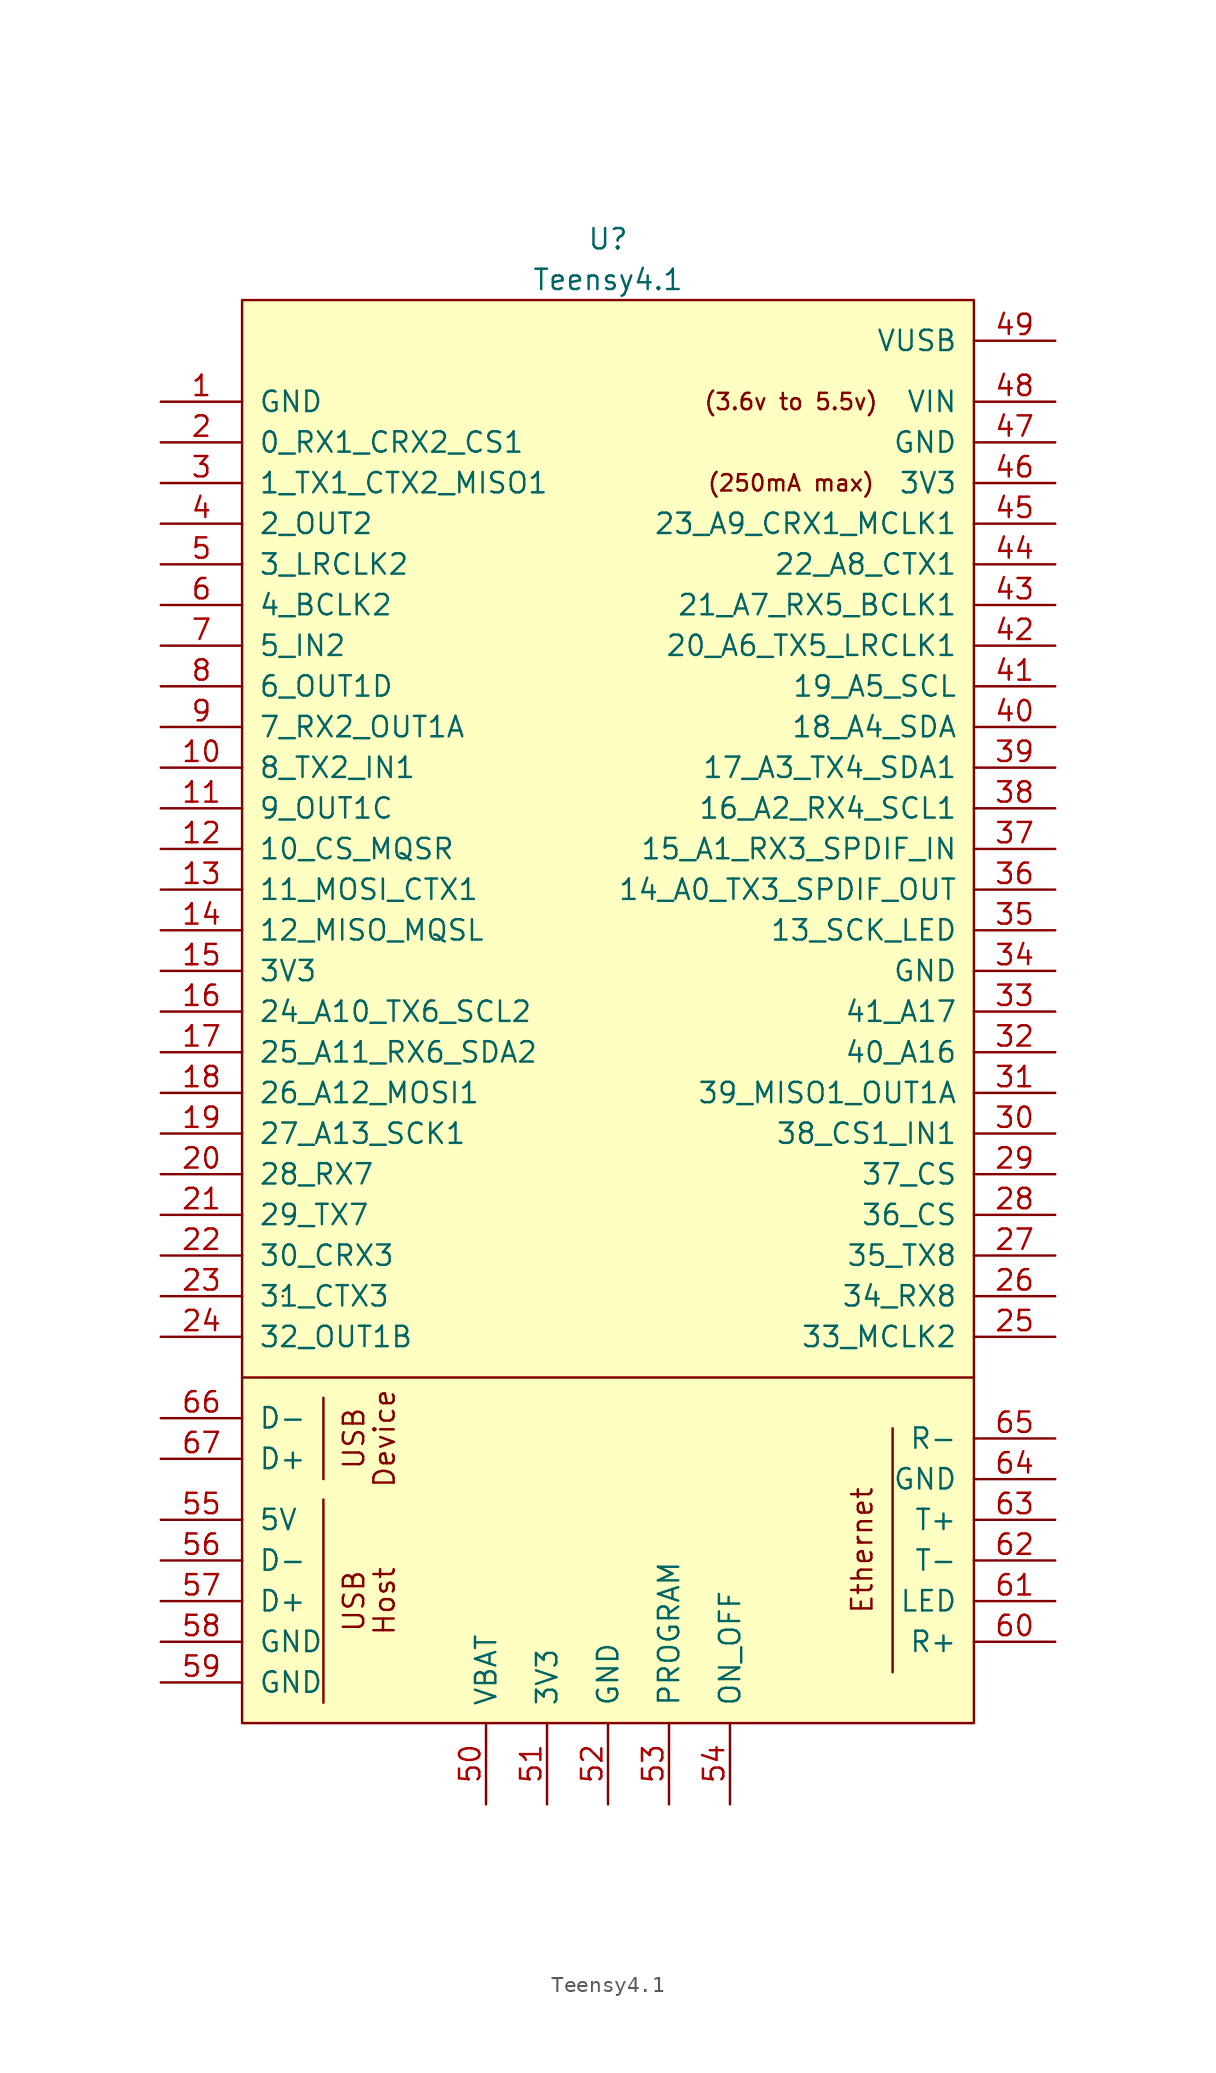
<source format=kicad_sym>
(kicad_symbol_lib
  (version 20220914)
  (generator kicad_symbol_editor)
  (symbol "Teensy4.1"
    (pin_names
      (offset 1.016))
    (property "Reference" "U"
      (at 0 64.77 0)
      (effects (font (size 1.27 1.27))))
    (property "Value" "Teensy4.1"
      (at 0 62.23 0)
      (effects (font (size 1.27 1.27))))
    (symbol "Teensy4.1_0_0"
      (polyline (pts (xy -22.86 -6.35) (xy 22.86 -6.35)) (stroke (width 0) (type solid)) (fill (type none)))
      (polyline (pts (xy -17.78 -26.67) (xy -17.78 -13.97)) (stroke (width 0) (type solid)) (fill (type none)))
      (polyline (pts (xy -17.78 -7.62) (xy -17.78 -12.7)) (stroke (width 0) (type solid)) (fill (type none)))
      (polyline (pts (xy 17.78 -9.525) (xy 17.78 -24.765)) (stroke (width 0) (type solid)) (fill (type none)))
      (text "(250mA max)" (at 11.43 49.53 0) (effects (font (size 1.016 1.016))))
      (text "(3.6v to 5.5v)" (at 11.43 54.61 0) (effects (font (size 1.016 1.016))))
      (text "Device" (at -13.97 -10.16 900) (effects (font (size 1.27 1.27))))
      (text "Ethernet" (at 15.875 -17.145 900) (effects (font (size 1.27 1.27))))
      (text "Host" (at -13.97 -20.32 900) (effects (font (size 1.27 1.27))))
      (text "USB" (at -15.875 -20.32 900) (effects (font (size 1.27 1.27))))
      (text "USB" (at -15.875 -10.16 900) (effects (font (size 1.27 1.27))))
      (pin bidirectional line (at -27.94 31.75 0) (length 5.08) (name "8_TX2_IN1" (effects (font (size 1.27 1.27)))) (number "10" (effects (font (size 1.27 1.27)))))
      (pin bidirectional line (at -27.94 29.21 0) (length 5.08) (name "9_OUT1C" (effects (font (size 1.27 1.27)))) (number "11" (effects (font (size 1.27 1.27)))))
      (pin bidirectional line (at -27.94 26.67 0) (length 5.08) (name "10_CS_MQSR" (effects (font (size 1.27 1.27)))) (number "12" (effects (font (size 1.27 1.27)))))
      (pin bidirectional line (at -27.94 24.13 0) (length 5.08) (name "11_MOSI_CTX1" (effects (font (size 1.27 1.27)))) (number "13" (effects (font (size 1.27 1.27)))))
      (pin bidirectional line (at -27.94 21.59 0) (length 5.08) (name "12_MISO_MQSL" (effects (font (size 1.27 1.27)))) (number "14" (effects (font (size 1.27 1.27)))))
      (pin power_in line (at -27.94 19.05 0) (length 5.08) (name "3V3" (effects (font (size 1.27 1.27)))) (number "15" (effects (font (size 1.27 1.27)))))
      (pin bidirectional line (at -27.94 16.51 0) (length 5.08) (name "24_A10_TX6_SCL2" (effects (font (size 1.27 1.27)))) (number "16" (effects (font (size 1.27 1.27)))))
      (pin bidirectional line (at -27.94 13.97 0) (length 5.08) (name "25_A11_RX6_SDA2" (effects (font (size 1.27 1.27)))) (number "17" (effects (font (size 1.27 1.27)))))
      (pin bidirectional line (at -27.94 11.43 0) (length 5.08) (name "26_A12_MOSI1" (effects (font (size 1.27 1.27)))) (number "18" (effects (font (size 1.27 1.27)))))
      (pin bidirectional line (at -27.94 8.89 0) (length 5.08) (name "27_A13_SCK1" (effects (font (size 1.27 1.27)))) (number "19" (effects (font (size 1.27 1.27)))))
      (pin bidirectional line (at -27.94 6.35 0) (length 5.08) (name "28_RX7" (effects (font (size 1.27 1.27)))) (number "20" (effects (font (size 1.27 1.27)))))
      (pin bidirectional line (at -27.94 3.81 0) (length 5.08) (name "29_TX7" (effects (font (size 1.27 1.27)))) (number "21" (effects (font (size 1.27 1.27)))))
      (pin bidirectional line (at -27.94 1.27 0) (length 5.08) (name "30_CRX3" (effects (font (size 1.27 1.27)))) (number "22" (effects (font (size 1.27 1.27)))))
      (pin bidirectional line (at -27.94 -1.27 0) (length 5.08) (name "31_CTX3" (effects (font (size 1.27 1.27)))) (number "23" (effects (font (size 1.27 1.27)))))
      (pin bidirectional line (at -27.94 -3.81 0) (length 5.08) (name "32_OUT1B" (effects (font (size 1.27 1.27)))) (number "24" (effects (font (size 1.27 1.27)))))
      (pin bidirectional line (at 27.94 -3.81 180) (length 5.08) (name "33_MCLK2" (effects (font (size 1.27 1.27)))) (number "25" (effects (font (size 1.27 1.27)))))
      (pin bidirectional line (at 27.94 -1.27 180) (length 5.08) (name "34_RX8" (effects (font (size 1.27 1.27)))) (number "26" (effects (font (size 1.27 1.27)))))
      (pin bidirectional line (at 27.94 1.27 180) (length 5.08) (name "35_TX8" (effects (font (size 1.27 1.27)))) (number "27" (effects (font (size 1.27 1.27)))))
      (pin bidirectional line (at 27.94 3.81 180) (length 5.08) (name "36_CS" (effects (font (size 1.27 1.27)))) (number "28" (effects (font (size 1.27 1.27)))))
      (pin bidirectional line (at 27.94 6.35 180) (length 5.08) (name "37_CS" (effects (font (size 1.27 1.27)))) (number "29" (effects (font (size 1.27 1.27)))))
      (pin bidirectional line (at 27.94 8.89 180) (length 5.08) (name "38_CS1_IN1" (effects (font (size 1.27 1.27)))) (number "30" (effects (font (size 1.27 1.27)))))
      (pin bidirectional line (at 27.94 11.43 180) (length 5.08) (name "39_MISO1_OUT1A" (effects (font (size 1.27 1.27)))) (number "31" (effects (font (size 1.27 1.27)))))
      (pin bidirectional line (at 27.94 13.97 180) (length 5.08) (name "40_A16" (effects (font (size 1.27 1.27)))) (number "32" (effects (font (size 1.27 1.27)))))
      (pin bidirectional line (at 27.94 16.51 180) (length 5.08) (name "41_A17" (effects (font (size 1.27 1.27)))) (number "33" (effects (font (size 1.27 1.27)))))
      (pin bidirectional line (at 27.94 21.59 180) (length 5.08) (name "13_SCK_LED" (effects (font (size 1.27 1.27)))) (number "35" (effects (font (size 1.27 1.27)))))
      (pin bidirectional line (at 27.94 24.13 180) (length 5.08) (name "14_A0_TX3_SPDIF_OUT" (effects (font (size 1.27 1.27)))) (number "36" (effects (font (size 1.27 1.27)))))
      (pin bidirectional line (at 27.94 26.67 180) (length 5.08) (name "15_A1_RX3_SPDIF_IN" (effects (font (size 1.27 1.27)))) (number "37" (effects (font (size 1.27 1.27)))))
      (pin bidirectional line (at 27.94 29.21 180) (length 5.08) (name "16_A2_RX4_SCL1" (effects (font (size 1.27 1.27)))) (number "38" (effects (font (size 1.27 1.27)))))
      (pin bidirectional line (at 27.94 31.75 180) (length 5.08) (name "17_A3_TX4_SDA1" (effects (font (size 1.27 1.27)))) (number "39" (effects (font (size 1.27 1.27)))))
      (pin bidirectional line (at 27.94 34.29 180) (length 5.08) (name "18_A4_SDA" (effects (font (size 1.27 1.27)))) (number "40" (effects (font (size 1.27 1.27)))))
      (pin bidirectional line (at 27.94 36.83 180) (length 5.08) (name "19_A5_SCL" (effects (font (size 1.27 1.27)))) (number "41" (effects (font (size 1.27 1.27)))))
      (pin bidirectional line (at 27.94 39.37 180) (length 5.08) (name "20_A6_TX5_LRCLK1" (effects (font (size 1.27 1.27)))) (number "42" (effects (font (size 1.27 1.27)))))
      (pin bidirectional line (at 27.94 41.91 180) (length 5.08) (name "21_A7_RX5_BCLK1" (effects (font (size 1.27 1.27)))) (number "43" (effects (font (size 1.27 1.27)))))
      (pin bidirectional line (at 27.94 44.45 180) (length 5.08) (name "22_A8_CTX1" (effects (font (size 1.27 1.27)))) (number "44" (effects (font (size 1.27 1.27)))))
      (pin bidirectional line (at 27.94 46.99 180) (length 5.08) (name "23_A9_CRX1_MCLK1" (effects (font (size 1.27 1.27)))) (number "45" (effects (font (size 1.27 1.27)))))
      (pin output line (at 27.94 49.53 180) (length 5.08) (name "3V3" (effects (font (size 1.27 1.27)))) (number "46" (effects (font (size 1.27 1.27)))))
      (pin output line (at 27.94 52.07 180) (length 5.08) (name "GND" (effects (font (size 1.27 1.27)))) (number "47" (effects (font (size 1.27 1.27)))))
      (pin power_in line (at 27.94 54.61 180) (length 5.08) (name "VIN" (effects (font (size 1.27 1.27)))) (number "48" (effects (font (size 1.27 1.27)))))
      (pin power_out line (at 27.94 58.42 180) (length 5.08) (name "VUSB" (effects (font (size 1.27 1.27)))) (number "49" (effects (font (size 1.27 1.27)))))
      (pin bidirectional line (at -27.94 44.45 0) (length 5.08) (name "3_LRCLK2" (effects (font (size 1.27 1.27)))) (number "5" (effects (font (size 1.27 1.27)))))
      (pin power_in line (at -7.62 -33.02 90) (length 5.08) (name "VBAT" (effects (font (size 1.27 1.27)))) (number "50" (effects (font (size 1.27 1.27)))))
      (pin power_in line (at -3.81 -33.02 90) (length 5.08) (name "3V3" (effects (font (size 1.27 1.27)))) (number "51" (effects (font (size 1.27 1.27)))))
      (pin input line (at 0 -33.02 90) (length 5.08) (name "GND" (effects (font (size 1.27 1.27)))) (number "52" (effects (font (size 1.27 1.27)))))
      (pin input line (at 3.81 -33.02 90) (length 5.08) (name "PROGRAM" (effects (font (size 1.27 1.27)))) (number "53" (effects (font (size 1.27 1.27)))))
      (pin input line (at 7.62 -33.02 90) (length 5.08) (name "ON_OFF" (effects (font (size 1.27 1.27)))) (number "54" (effects (font (size 1.27 1.27)))))
      (pin power_out line (at -27.94 -15.24 0) (length 5.08) (name "5V" (effects (font (size 1.27 1.27)))) (number "55" (effects (font (size 1.27 1.27)))))
      (pin bidirectional line (at -27.94 -17.78 0) (length 5.08) (name "D-" (effects (font (size 1.27 1.27)))) (number "56" (effects (font (size 1.27 1.27)))))
      (pin bidirectional line (at -27.94 -20.32 0) (length 5.08) (name "D+" (effects (font (size 1.27 1.27)))) (number "57" (effects (font (size 1.27 1.27)))))
      (pin power_in line (at -27.94 -22.86 0) (length 5.08) (name "GND" (effects (font (size 1.27 1.27)))) (number "58" (effects (font (size 1.27 1.27)))))
      (pin power_in line (at -27.94 -25.4 0) (length 5.08) (name "GND" (effects (font (size 1.27 1.27)))) (number "59" (effects (font (size 1.27 1.27)))))
      (pin bidirectional line (at -27.94 41.91 0) (length 5.08) (name "4_BCLK2" (effects (font (size 1.27 1.27)))) (number "6" (effects (font (size 1.27 1.27)))))
      (pin bidirectional line (at 27.94 -22.86 180) (length 5.08) (name "R+" (effects (font (size 1.27 1.27)))) (number "60" (effects (font (size 1.27 1.27)))))
      (pin bidirectional line (at 27.94 -20.32 180) (length 5.08) (name "LED" (effects (font (size 1.27 1.27)))) (number "61" (effects (font (size 1.27 1.27)))))
      (pin bidirectional line (at 27.94 -17.78 180) (length 5.08) (name "T-" (effects (font (size 1.27 1.27)))) (number "62" (effects (font (size 1.27 1.27)))))
      (pin bidirectional line (at 27.94 -15.24 180) (length 5.08) (name "T+" (effects (font (size 1.27 1.27)))) (number "63" (effects (font (size 1.27 1.27)))))
      (pin power_in line (at 27.94 -12.7 180) (length 5.08) (name "GND" (effects (font (size 1.27 1.27)))) (number "64" (effects (font (size 1.27 1.27)))))
      (pin bidirectional line (at 27.94 -10.16 180) (length 5.08) (name "R-" (effects (font (size 1.27 1.27)))) (number "65" (effects (font (size 1.27 1.27)))))
      (pin bidirectional line (at -27.94 -8.89 0) (length 5.08) (name "D-" (effects (font (size 1.27 1.27)))) (number "66" (effects (font (size 1.27 1.27)))))
      (pin bidirectional line (at -27.94 -11.43 0) (length 5.08) (name "D+" (effects (font (size 1.27 1.27)))) (number "67" (effects (font (size 1.27 1.27)))))
      (pin bidirectional line (at -27.94 39.37 0) (length 5.08) (name "5_IN2" (effects (font (size 1.27 1.27)))) (number "7" (effects (font (size 1.27 1.27)))))
      (pin bidirectional line (at -27.94 36.83 0) (length 5.08) (name "6_OUT1D" (effects (font (size 1.27 1.27)))) (number "8" (effects (font (size 1.27 1.27)))))
      (pin bidirectional line (at -27.94 34.29 0) (length 5.08) (name "7_RX2_OUT1A" (effects (font (size 1.27 1.27)))) (number "9" (effects (font (size 1.27 1.27))))))
    (symbol "Teensy4.1_0_1"
      (rectangle (start -22.86 60.96) (end 22.86 -27.94) (stroke (width 0) (type solid)) (fill (type background)))
      (rectangle (start -20.32 -1.27) (end -20.32 -1.27) (stroke (width 0) (type solid)) (fill (type none))))
    (symbol "Teensy4.1_1_1"
      (pin power_in line (at -27.94 54.61 0) (length 5.08) (name "GND" (effects (font (size 1.27 1.27)))) (number "1" (effects (font (size 1.27 1.27)))))
      (pin bidirectional line (at -27.94 52.07 0) (length 5.08) (name "0_RX1_CRX2_CS1" (effects (font (size 1.27 1.27)))) (number "2" (effects (font (size 1.27 1.27)))))
      (pin bidirectional line (at -27.94 49.53 0) (length 5.08) (name "1_TX1_CTX2_MISO1" (effects (font (size 1.27 1.27)))) (number "3" (effects (font (size 1.27 1.27)))))
      (pin power_in line (at 27.94 19.05 180) (length 5.08) (name "GND" (effects (font (size 1.27 1.27)))) (number "34" (effects (font (size 1.27 1.27)))))
      (pin bidirectional line (at -27.94 46.99 0) (length 5.08) (name "2_OUT2" (effects (font (size 1.27 1.27)))) (number "4" (effects (font (size 1.27 1.27))))))))
</source>
